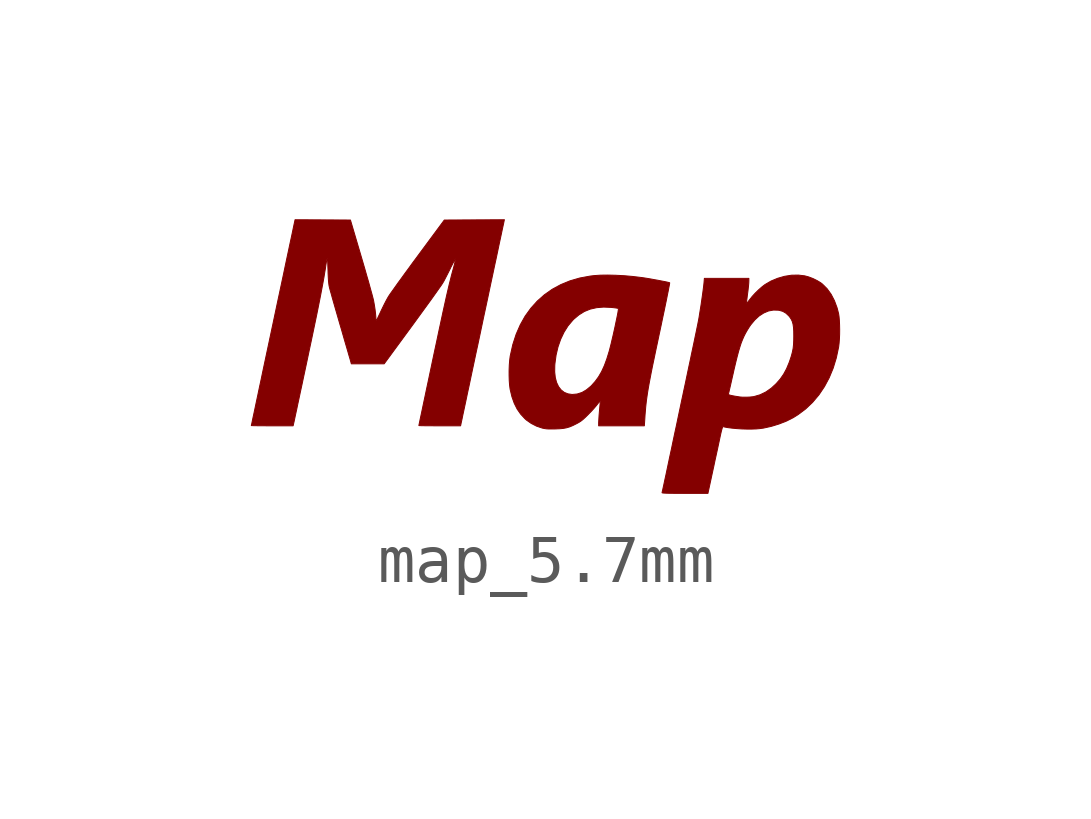
<source format=kicad_sym>
(kicad_symbol_lib
  (version 20211014)
  (generator kicad_symbol_editor)
  (symbol "map_5.7mm"
    (pin_names
      (offset 1.016))
    (property "Reference" "#G"
      (at 0 2.216 0)
      (effects (font (size 1.27 1.27)) hide))
    (symbol "map_5.7mm_0_0"
      (polyline (pts (xy 0.198 -1.508) (xy 0.202 -1.508) (xy 0.294 -1.504) (xy 0.37 -1.497) (xy 0.437 -1.484) (xy 0.501 -1.465) (xy 0.568 -1.437) (xy 0.646 -1.398) (xy 0.663 -1.389) (xy 0.705 -1.365) (xy 0.744 -1.339) (xy 0.783 -1.307) (xy 0.829 -1.265) (xy 0.885 -1.21) (xy 0.906 -1.188) (xy 0.958 -1.135) (xy 1.006 -1.082) (xy 1.047 -1.034) (xy 1.076 -0.998) (xy 1.086 -0.985) (xy 1.111 -0.952) (xy 1.129 -0.931) (xy 1.137 -0.924) (xy 1.138 -0.93) (xy 1.137 -0.956) (xy 1.134 -0.999) (xy 1.129 -1.054) (xy 1.123 -1.118) (xy 1.12 -1.154) (xy 1.114 -1.223) (xy 1.11 -1.287) (xy 1.107 -1.34) (xy 1.105 -1.375) (xy 1.105 -1.443) (xy 2.057 -1.443) (xy 2.065 -1.323) (xy 2.067 -1.295) (xy 2.072 -1.211) (xy 2.079 -1.132) (xy 2.085 -1.056) (xy 2.093 -0.981) (xy 2.102 -0.905) (xy 2.113 -0.827) (xy 2.125 -0.745) (xy 2.14 -0.656) (xy 2.157 -0.56) (xy 2.177 -0.454) (xy 2.2 -0.335) (xy 2.226 -0.204) (xy 2.257 -0.057) (xy 2.291 0.107) (xy 2.33 0.29) (xy 2.373 0.494) (xy 2.376 0.506) (xy 2.408 0.657) (xy 2.438 0.802) (xy 2.467 0.938) (xy 2.493 1.064) (xy 2.517 1.179) (xy 2.537 1.281) (xy 2.555 1.368) (xy 2.568 1.439) (xy 2.579 1.492) (xy 2.584 1.525) (xy 2.585 1.537) (xy 2.584 1.538) (xy 2.564 1.544) (xy 2.526 1.553) (xy 2.473 1.564) (xy 2.409 1.576) (xy 2.338 1.59) (xy 2.264 1.603) (xy 2.189 1.617) (xy 2.118 1.629) (xy 2.054 1.639) (xy 2.001 1.647) (xy 1.998 1.647) (xy 1.815 1.669) (xy 1.634 1.685) (xy 1.459 1.694) (xy 1.294 1.698) (xy 1.143 1.696) (xy 1.011 1.687) (xy 0.929 1.677) (xy 0.712 1.637) (xy 0.508 1.578) (xy 0.316 1.499) (xy 0.139 1.403) (xy -0.025 1.288) (xy -0.174 1.156) (xy -0.308 1.007) (xy -0.427 0.842) (xy -0.529 0.66) (xy -0.615 0.463) (xy -0.684 0.25) (xy -0.735 0.023) (xy -0.738 0.01) (xy -0.749 -0.077) (xy -0.757 -0.178) (xy -0.761 -0.286) (xy -0.761 -0.321) (xy 0.189 -0.321) (xy 0.191 -0.187) (xy 0.194 -0.147) (xy 0.218 0.031) (xy 0.258 0.201) (xy 0.314 0.361) (xy 0.384 0.508) (xy 0.467 0.64) (xy 0.563 0.754) (xy 0.586 0.778) (xy 0.693 0.868) (xy 0.807 0.939) (xy 0.931 0.989) (xy 1.065 1.019) (xy 1.21 1.031) (xy 1.369 1.024) (xy 1.422 1.018) (xy 1.469 1.012) (xy 1.502 1.006) (xy 1.517 1.001) (xy 1.518 0.994) (xy 1.514 0.967) (xy 1.507 0.921) (xy 1.496 0.862) (xy 1.481 0.79) (xy 1.464 0.709) (xy 1.446 0.622) (xy 1.426 0.532) (xy 1.406 0.442) (xy 1.385 0.354) (xy 1.366 0.272) (xy 1.347 0.198) (xy 1.331 0.135) (xy 1.325 0.113) (xy 1.275 -0.049) (xy 1.223 -0.19) (xy 1.166 -0.314) (xy 1.103 -0.422) (xy 1.033 -0.518) (xy 0.955 -0.605) (xy 0.942 -0.618) (xy 0.85 -0.694) (xy 0.758 -0.748) (xy 0.665 -0.778) (xy 0.65 -0.781) (xy 0.552 -0.79) (xy 0.465 -0.777) (xy 0.388 -0.746) (xy 0.323 -0.695) (xy 0.27 -0.627) (xy 0.229 -0.541) (xy 0.202 -0.439) (xy 0.189 -0.321) (xy -0.761 -0.321) (xy -0.761 -0.396) (xy -0.758 -0.501) (xy -0.751 -0.595) (xy -0.741 -0.672) (xy -0.739 -0.684) (xy -0.702 -0.838) (xy -0.654 -0.973) (xy -0.594 -1.093) (xy -0.521 -1.198) (xy -0.433 -1.293) (xy -0.4 -1.323) (xy -0.3 -1.393) (xy -0.189 -1.45) (xy -0.074 -1.489) (xy -0.063 -1.492) (xy -0.023 -1.5) (xy 0.018 -1.506) (xy 0.064 -1.509) (xy 0.122 -1.509) (xy 0.198 -1.508)) (stroke (width 0.01) (type default) (color 0 0 0 0)) (fill (type outline)))
      (polyline (pts (xy 3.482 -2.388) (xy 3.506 -2.278) (xy 3.53 -2.163) (xy 3.555 -2.049) (xy 3.579 -1.94) (xy 3.6 -1.841) (xy 3.618 -1.757) (xy 3.632 -1.69) (xy 3.635 -1.676) (xy 3.652 -1.598) (xy 3.666 -1.54) (xy 3.677 -1.5) (xy 3.686 -1.475) (xy 3.693 -1.462) (xy 3.7 -1.46) (xy 3.729 -1.468) (xy 3.8 -1.481) (xy 3.887 -1.492) (xy 3.985 -1.501) (xy 4.089 -1.508) (xy 4.194 -1.511) (xy 4.295 -1.511) (xy 4.387 -1.508) (xy 4.465 -1.501) (xy 4.538 -1.491) (xy 4.701 -1.455) (xy 4.864 -1.405) (xy 5.02 -1.344) (xy 5.16 -1.273) (xy 5.259 -1.211) (xy 5.419 -1.091) (xy 5.564 -0.953) (xy 5.695 -0.798) (xy 5.81 -0.627) (xy 5.909 -0.442) (xy 5.992 -0.242) (xy 6.057 -0.029) (xy 6.105 0.197) (xy 6.106 0.202) (xy 6.115 0.277) (xy 6.122 0.366) (xy 6.126 0.463) (xy 6.127 0.564) (xy 6.125 0.663) (xy 6.121 0.754) (xy 6.114 0.833) (xy 6.105 0.893) (xy 6.074 1.014) (xy 6.018 1.165) (xy 5.949 1.298) (xy 5.865 1.414) (xy 5.767 1.511) (xy 5.732 1.538) (xy 5.657 1.583) (xy 5.572 1.625) (xy 5.483 1.659) (xy 5.399 1.682) (xy 5.264 1.698) (xy 5.122 1.695) (xy 4.978 1.672) (xy 4.835 1.631) (xy 4.698 1.574) (xy 4.571 1.5) (xy 4.512 1.455) (xy 4.441 1.393) (xy 4.37 1.324) (xy 4.305 1.253) (xy 4.253 1.188) (xy 4.242 1.173) (xy 4.216 1.139) (xy 4.197 1.115) (xy 4.188 1.106) (xy 4.186 1.111) (xy 4.187 1.133) (xy 4.19 1.171) (xy 4.197 1.219) (xy 4.203 1.27) (xy 4.217 1.375) (xy 4.227 1.463) (xy 4.233 1.532) (xy 4.235 1.579) (xy 4.235 1.629) (xy 3.308 1.629) (xy 3.3 1.533) (xy 3.297 1.506) (xy 3.29 1.446) (xy 3.28 1.369) (xy 3.268 1.28) (xy 3.254 1.183) (xy 3.24 1.084) (xy 3.224 0.985) (xy 3.209 0.892) (xy 3.196 0.809) (xy 3.183 0.739) (xy 3.179 0.72) (xy 3.171 0.678) (xy 3.158 0.616) (xy 3.142 0.537) (xy 3.122 0.442) (xy 3.099 0.331) (xy 3.073 0.208) (xy 3.044 0.072) (xy 3.014 -0.073) (xy 2.981 -0.227) (xy 2.947 -0.389) (xy 2.912 -0.556) (xy 2.875 -0.727) (xy 2.864 -0.781) (xy 3.809 -0.781) (xy 3.813 -0.765) (xy 3.822 -0.73) (xy 3.834 -0.677) (xy 3.85 -0.609) (xy 3.868 -0.529) (xy 3.888 -0.44) (xy 3.91 -0.344) (xy 3.926 -0.272) (xy 3.96 -0.128) (xy 3.991 -0.003) (xy 4.02 0.106) (xy 4.048 0.2) (xy 4.075 0.283) (xy 4.104 0.356) (xy 4.134 0.424) (xy 4.166 0.487) (xy 4.202 0.55) (xy 4.242 0.614) (xy 4.274 0.661) (xy 4.359 0.763) (xy 4.449 0.846) (xy 4.545 0.908) (xy 4.645 0.95) (xy 4.747 0.969) (xy 4.85 0.966) (xy 4.868 0.963) (xy 4.942 0.942) (xy 5.006 0.905) (xy 5.066 0.849) (xy 5.086 0.825) (xy 5.116 0.781) (xy 5.139 0.733) (xy 5.155 0.677) (xy 5.165 0.61) (xy 5.17 0.527) (xy 5.171 0.425) (xy 5.17 0.342) (xy 5.166 0.25) (xy 5.157 0.168) (xy 5.141 0.089) (xy 5.119 0.007) (xy 5.088 -0.086) (xy 5.073 -0.128) (xy 5.02 -0.255) (xy 4.96 -0.366) (xy 4.89 -0.467) (xy 4.806 -0.563) (xy 4.702 -0.659) (xy 4.587 -0.739) (xy 4.467 -0.797) (xy 4.343 -0.833) (xy 4.32 -0.837) (xy 4.252 -0.844) (xy 4.178 -0.847) (xy 4.107 -0.847) (xy 4.049 -0.842) (xy 4.025 -0.838) (xy 3.947 -0.826) (xy 3.889 -0.815) (xy 3.849 -0.806) (xy 3.824 -0.798) (xy 3.811 -0.79) (xy 3.809 -0.781) (xy 2.864 -0.781) (xy 2.838 -0.901) (xy 2.801 -1.077) (xy 2.764 -1.252) (xy 2.728 -1.425) (xy 2.691 -1.595) (xy 2.656 -1.761) (xy 2.623 -1.92) (xy 2.59 -2.071) (xy 2.56 -2.213) (xy 2.532 -2.345) (xy 2.507 -2.464) (xy 2.484 -2.569) (xy 2.465 -2.659) (xy 2.449 -2.732) (xy 2.437 -2.787) (xy 2.429 -2.822) (xy 2.426 -2.836) (xy 2.426 -2.838) (xy 2.434 -2.841) (xy 2.454 -2.844) (xy 2.486 -2.846) (xy 2.533 -2.848) (xy 2.596 -2.849) (xy 2.677 -2.85) (xy 2.779 -2.85) (xy 2.901 -2.851) (xy 3.382 -2.851) (xy 3.482 -2.388)) (stroke (width 0.01) (type default) (color 0 0 0 0)) (fill (type outline)))
      (polyline (pts (xy -5.255 -1.417) (xy -5.255 -1.414) (xy -5.25 -1.392) (xy -5.24 -1.349) (xy -5.227 -1.287) (xy -5.21 -1.206) (xy -5.189 -1.11) (xy -5.166 -0.999) (xy -5.139 -0.874) (xy -5.11 -0.737) (xy -5.078 -0.59) (xy -5.045 -0.433) (xy -5.01 -0.269) (xy -4.974 -0.1) (xy -4.929 0.114) (xy -4.881 0.339) (xy -4.838 0.544) (xy -4.799 0.731) (xy -4.764 0.9) (xy -4.733 1.055) (xy -4.705 1.195) (xy -4.68 1.323) (xy -4.658 1.44) (xy -4.638 1.547) (xy -4.62 1.646) (xy -4.605 1.739) (xy -4.59 1.827) (xy -4.578 1.911) (xy -4.578 1.911) (xy -4.569 1.964) (xy -4.561 2.008) (xy -4.554 2.037) (xy -4.549 2.048) (xy -4.548 2.045) (xy -4.545 2.024) (xy -4.542 1.985) (xy -4.539 1.93) (xy -4.537 1.864) (xy -4.534 1.789) (xy -4.533 1.743) (xy -4.529 1.654) (xy -4.525 1.583) (xy -4.519 1.525) (xy -4.513 1.478) (xy -4.504 1.437) (xy -4.497 1.41) (xy -4.484 1.363) (xy -4.465 1.297) (xy -4.443 1.216) (xy -4.416 1.122) (xy -4.386 1.017) (xy -4.353 0.903) (xy -4.318 0.782) (xy -4.282 0.657) (xy -4.281 0.655) (xy -4.245 0.532) (xy -4.211 0.413) (xy -4.179 0.302) (xy -4.149 0.2) (xy -4.123 0.111) (xy -4.101 0.034) (xy -4.083 -0.026) (xy -4.071 -0.068) (xy -4.065 -0.09) (xy -4.048 -0.151) (xy -3.364 -0.151) (xy -2.777 0.649) (xy -2.723 0.723) (xy -2.635 0.844) (xy -2.55 0.961) (xy -2.47 1.071) (xy -2.395 1.174) (xy -2.328 1.268) (xy -2.269 1.351) (xy -2.22 1.421) (xy -2.18 1.477) (xy -2.153 1.518) (xy -2.138 1.542) (xy -2.117 1.578) (xy -2.088 1.634) (xy -2.054 1.7) (xy -2.018 1.771) (xy -1.982 1.843) (xy -1.976 1.857) (xy -1.945 1.917) (xy -1.918 1.969) (xy -1.897 2.008) (xy -1.882 2.032) (xy -1.876 2.038) (xy -1.877 2.028) (xy -1.883 1.998) (xy -1.893 1.952) (xy -1.907 1.895) (xy -1.924 1.83) (xy -1.926 1.823) (xy -1.944 1.757) (xy -1.961 1.694) (xy -1.977 1.63) (xy -1.993 1.565) (xy -2.01 1.498) (xy -2.027 1.426) (xy -2.045 1.348) (xy -2.065 1.263) (xy -2.086 1.169) (xy -2.109 1.064) (xy -2.135 0.947) (xy -2.163 0.817) (xy -2.194 0.672) (xy -2.229 0.51) (xy -2.267 0.33) (xy -2.31 0.131) (xy -2.357 -0.09) (xy -2.379 -0.196) (xy -2.415 -0.365) (xy -2.449 -0.527) (xy -2.482 -0.68) (xy -2.512 -0.824) (xy -2.54 -0.955) (xy -2.565 -1.074) (xy -2.587 -1.179) (xy -2.606 -1.267) (xy -2.621 -1.339) (xy -2.632 -1.392) (xy -2.639 -1.425) (xy -2.641 -1.437) (xy -2.641 -1.437) (xy -2.628 -1.439) (xy -2.594 -1.44) (xy -2.542 -1.441) (xy -2.475 -1.442) (xy -2.395 -1.442) (xy -2.304 -1.443) (xy -2.206 -1.443) (xy -1.772 -1.443) (xy -1.764 -1.405) (xy -1.761 -1.39) (xy -1.753 -1.354) (xy -1.741 -1.298) (xy -1.726 -1.223) (xy -1.706 -1.131) (xy -1.683 -1.023) (xy -1.657 -0.901) (xy -1.629 -0.766) (xy -1.597 -0.619) (xy -1.564 -0.462) (xy -1.529 -0.296) (xy -1.492 -0.122) (xy -1.454 0.058) (xy -1.414 0.242) (xy -1.374 0.43) (xy -1.334 0.62) (xy -1.294 0.811) (xy -1.253 1.001) (xy -1.213 1.188) (xy -1.174 1.373) (xy -1.136 1.552) (xy -1.099 1.725) (xy -1.064 1.891) (xy -1.03 2.047) (xy -0.999 2.194) (xy -0.971 2.328) (xy -0.945 2.449) (xy -0.922 2.556) (xy -0.903 2.647) (xy -0.887 2.721) (xy -0.875 2.776) (xy -0.868 2.811) (xy -0.865 2.825) (xy -0.859 2.851) (xy -1.485 2.848) (xy -2.111 2.845) (xy -2.662 2.1) (xy -2.68 2.075) (xy -2.768 1.957) (xy -2.852 1.841) (xy -2.933 1.731) (xy -3.008 1.627) (xy -3.077 1.533) (xy -3.137 1.448) (xy -3.189 1.375) (xy -3.231 1.316) (xy -3.261 1.272) (xy -3.278 1.245) (xy -3.292 1.221) (xy -3.324 1.163) (xy -3.36 1.093) (xy -3.396 1.02) (xy -3.43 0.949) (xy -3.454 0.897) (xy -3.481 0.841) (xy -3.502 0.796) (xy -3.518 0.765) (xy -3.527 0.751) (xy -3.53 0.75) (xy -3.535 0.761) (xy -3.537 0.792) (xy -3.538 0.826) (xy -3.544 0.896) (xy -3.554 0.98) (xy -3.568 1.072) (xy -3.585 1.167) (xy -3.588 1.181) (xy -3.599 1.224) (xy -3.615 1.286) (xy -3.637 1.365) (xy -3.663 1.459) (xy -3.692 1.565) (xy -3.726 1.681) (xy -3.761 1.805) (xy -3.799 1.935) (xy -3.838 2.068) (xy -4.067 2.845) (xy -4.644 2.848) (xy -5.221 2.851) (xy -5.228 2.819) (xy -5.23 2.809) (xy -5.237 2.777) (xy -5.248 2.725) (xy -5.263 2.653) (xy -5.282 2.562) (xy -5.305 2.454) (xy -5.332 2.33) (xy -5.361 2.192) (xy -5.394 2.039) (xy -5.429 1.873) (xy -5.466 1.696) (xy -5.506 1.509) (xy -5.548 1.312) (xy -5.592 1.107) (xy -5.637 0.895) (xy -5.683 0.677) (xy -5.721 0.499) (xy -5.766 0.287) (xy -5.81 0.081) (xy -5.852 -0.116) (xy -5.892 -0.304) (xy -5.929 -0.482) (xy -5.965 -0.648) (xy -5.997 -0.801) (xy -6.027 -0.941) (xy -6.053 -1.065) (xy -6.076 -1.174) (xy -6.096 -1.266) (xy -6.111 -1.339) (xy -6.122 -1.393) (xy -6.13 -1.426) (xy -6.132 -1.438) (xy -6.132 -1.438) (xy -6.118 -1.439) (xy -6.084 -1.44) (xy -6.032 -1.441) (xy -5.965 -1.442) (xy -5.885 -1.442) (xy -5.795 -1.443) (xy -5.697 -1.443) (xy -5.262 -1.443) (xy -5.255 -1.417)) (stroke (width 0.01) (type default) (color 0 0 0 0)) (fill (type outline))))))
</source>
